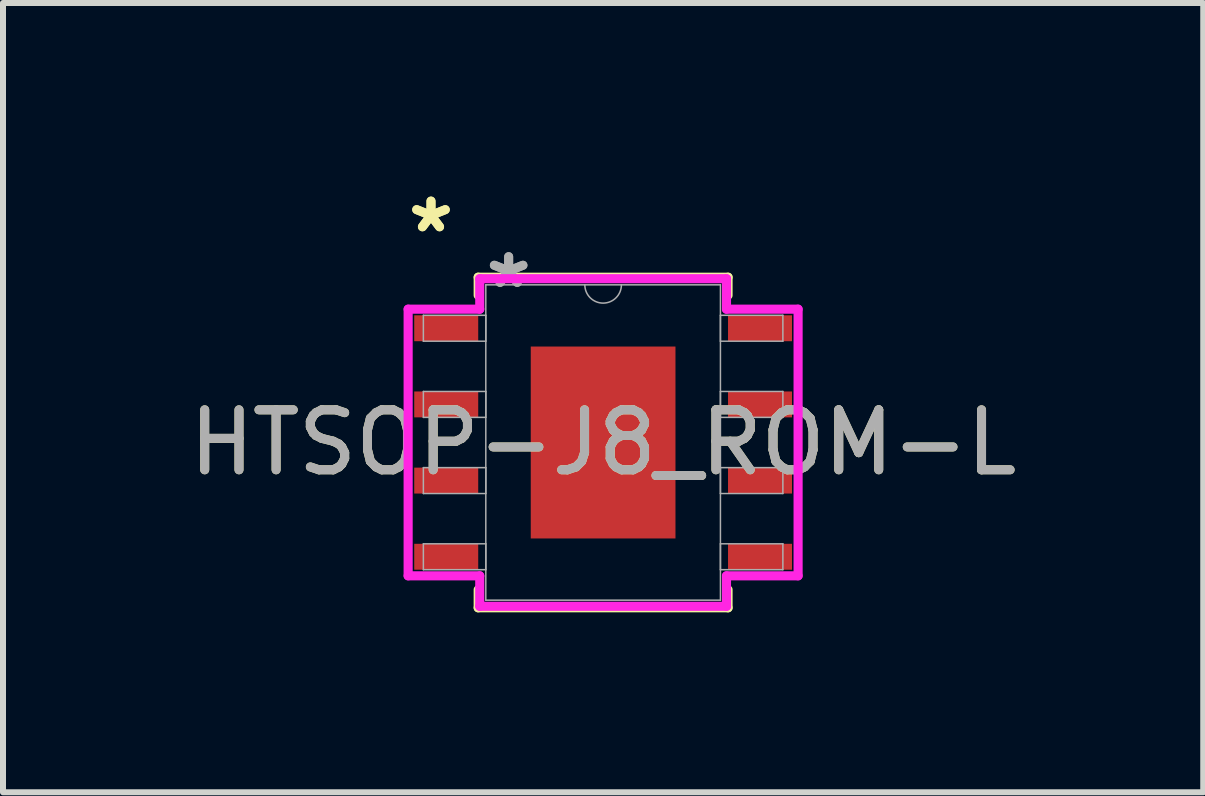
<source format=kicad_pcb>
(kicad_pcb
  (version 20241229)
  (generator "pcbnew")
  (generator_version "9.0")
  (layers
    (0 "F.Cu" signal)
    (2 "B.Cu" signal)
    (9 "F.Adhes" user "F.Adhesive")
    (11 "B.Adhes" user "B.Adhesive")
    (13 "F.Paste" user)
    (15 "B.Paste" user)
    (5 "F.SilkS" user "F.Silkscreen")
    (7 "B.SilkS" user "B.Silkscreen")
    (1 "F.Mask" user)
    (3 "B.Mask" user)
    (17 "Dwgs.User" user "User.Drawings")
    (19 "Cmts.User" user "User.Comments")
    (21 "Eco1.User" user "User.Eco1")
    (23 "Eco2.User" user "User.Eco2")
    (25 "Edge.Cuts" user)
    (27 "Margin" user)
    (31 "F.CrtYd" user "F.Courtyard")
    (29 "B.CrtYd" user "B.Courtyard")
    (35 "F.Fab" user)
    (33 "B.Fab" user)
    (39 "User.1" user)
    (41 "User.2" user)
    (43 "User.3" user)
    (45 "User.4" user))
  (footprint "HTSOP-J8_ROM-L"
    (layer "F.Cu")
    (at 7.006 4.328)
    (property "Reference" "HTSOP-J8_ROM-L" (at 0 0 0) (unlocked yes) (layer "F.SilkS") (effects (font (size 1 1) (thickness 0.15))))
    (attr smd)
    (fp_line (start -2.083 -2.756) (end -2.083 -2.454) (stroke (width 0.152) (type solid)) (layer "F.SilkS"))
    (fp_line (start -2.083 2.454) (end -2.083 2.756) (stroke (width 0.152) (type solid)) (layer "F.SilkS"))
    (fp_line (start -2.083 2.756) (end 2.083 2.756) (stroke (width 0.152) (type solid)) (layer "F.SilkS"))
    (fp_line (start 2.083 -2.756) (end -2.083 -2.756) (stroke (width 0.152) (type solid)) (layer "F.SilkS"))
    (fp_line (start 2.083 -2.454) (end 2.083 -2.756) (stroke (width 0.152) (type solid)) (layer "F.SilkS"))
    (fp_line (start 2.083 2.756) (end 2.083 2.454) (stroke (width 0.152) (type solid)) (layer "F.SilkS"))
    (fp_poly (pts (xy -1.107 -1.5) (xy -1.107 -0.1) (xy 1.107 -0.1) (xy 1.107 -1.5)) (stroke (width 0) (type solid)) (fill yes) (layer "F.Paste"))
    (fp_poly (pts (xy -1.107 0.1) (xy -1.107 1.5) (xy 1.107 1.5) (xy 1.107 0.1)) (stroke (width 0) (type solid)) (fill yes) (layer "F.Paste"))
    (fp_line (start -3.251 -2.223) (end -2.057 -2.223) (stroke (width 0.152) (type solid)) (layer "F.CrtYd"))
    (fp_line (start -3.251 2.223) (end -3.251 -2.223) (stroke (width 0.152) (type solid)) (layer "F.CrtYd"))
    (fp_line (start -3.251 2.223) (end -2.057 2.223) (stroke (width 0.152) (type solid)) (layer "F.CrtYd"))
    (fp_line (start -2.057 -2.731) (end 2.057 -2.731) (stroke (width 0.152) (type solid)) (layer "F.CrtYd"))
    (fp_line (start -2.057 -2.223) (end -2.057 -2.731) (stroke (width 0.152) (type solid)) (layer "F.CrtYd"))
    (fp_line (start -2.057 2.731) (end -2.057 2.223) (stroke (width 0.152) (type solid)) (layer "F.CrtYd"))
    (fp_line (start 2.057 -2.731) (end 2.057 -2.223) (stroke (width 0.152) (type solid)) (layer "F.CrtYd"))
    (fp_line (start 2.057 2.223) (end 2.057 2.731) (stroke (width 0.152) (type solid)) (layer "F.CrtYd"))
    (fp_line (start 2.057 2.731) (end -2.057 2.731) (stroke (width 0.152) (type solid)) (layer "F.CrtYd"))
    (fp_line (start 3.251 -2.223) (end 2.057 -2.223) (stroke (width 0.152) (type solid)) (layer "F.CrtYd"))
    (fp_line (start 3.251 -2.223) (end 3.251 2.223) (stroke (width 0.152) (type solid)) (layer "F.CrtYd"))
    (fp_line (start 3.251 2.223) (end 2.057 2.223) (stroke (width 0.152) (type solid)) (layer "F.CrtYd"))
    (fp_line (start -2.997 -2.121) (end -2.997 -1.689) (stroke (width 0.025) (type solid)) (layer "F.Fab"))
    (fp_line (start -2.997 -1.689) (end -1.956 -1.689) (stroke (width 0.025) (type solid)) (layer "F.Fab"))
    (fp_line (start -2.997 -0.851) (end -2.997 -0.419) (stroke (width 0.025) (type solid)) (layer "F.Fab"))
    (fp_line (start -2.997 -0.419) (end -1.956 -0.419) (stroke (width 0.025) (type solid)) (layer "F.Fab"))
    (fp_line (start -2.997 0.419) (end -2.997 0.851) (stroke (width 0.025) (type solid)) (layer "F.Fab"))
    (fp_line (start -2.997 0.851) (end -1.956 0.851) (stroke (width 0.025) (type solid)) (layer "F.Fab"))
    (fp_line (start -2.997 1.689) (end -2.997 2.121) (stroke (width 0.025) (type solid)) (layer "F.Fab"))
    (fp_line (start -2.997 2.121) (end -1.956 2.121) (stroke (width 0.025) (type solid)) (layer "F.Fab"))
    (fp_line (start -1.956 -2.629) (end -1.956 2.629) (stroke (width 0.025) (type solid)) (layer "F.Fab"))
    (fp_line (start -1.956 -2.121) (end -2.997 -2.121) (stroke (width 0.025) (type solid)) (layer "F.Fab"))
    (fp_line (start -1.956 -1.689) (end -1.956 -2.121) (stroke (width 0.025) (type solid)) (layer "F.Fab"))
    (fp_line (start -1.956 -0.851) (end -2.997 -0.851) (stroke (width 0.025) (type solid)) (layer "F.Fab"))
    (fp_line (start -1.956 -0.419) (end -1.956 -0.851) (stroke (width 0.025) (type solid)) (layer "F.Fab"))
    (fp_line (start -1.956 0.419) (end -2.997 0.419) (stroke (width 0.025) (type solid)) (layer "F.Fab"))
    (fp_line (start -1.956 0.851) (end -1.956 0.419) (stroke (width 0.025) (type solid)) (layer "F.Fab"))
    (fp_line (start -1.956 1.689) (end -2.997 1.689) (stroke (width 0.025) (type solid)) (layer "F.Fab"))
    (fp_line (start -1.956 2.121) (end -1.956 1.689) (stroke (width 0.025) (type solid)) (layer "F.Fab"))
    (fp_line (start -1.956 2.629) (end 1.956 2.629) (stroke (width 0.025) (type solid)) (layer "F.Fab"))
    (fp_line (start 1.956 -2.629) (end -1.956 -2.629) (stroke (width 0.025) (type solid)) (layer "F.Fab"))
    (fp_line (start 1.956 -2.121) (end 1.956 -1.689) (stroke (width 0.025) (type solid)) (layer "F.Fab"))
    (fp_line (start 1.956 -1.689) (end 2.997 -1.689) (stroke (width 0.025) (type solid)) (layer "F.Fab"))
    (fp_line (start 1.956 -0.851) (end 1.956 -0.419) (stroke (width 0.025) (type solid)) (layer "F.Fab"))
    (fp_line (start 1.956 -0.419) (end 2.997 -0.419) (stroke (width 0.025) (type solid)) (layer "F.Fab"))
    (fp_line (start 1.956 0.419) (end 1.956 0.851) (stroke (width 0.025) (type solid)) (layer "F.Fab"))
    (fp_line (start 1.956 0.851) (end 2.997 0.851) (stroke (width 0.025) (type solid)) (layer "F.Fab"))
    (fp_line (start 1.956 1.689) (end 1.956 2.121) (stroke (width 0.025) (type solid)) (layer "F.Fab"))
    (fp_line (start 1.956 2.121) (end 2.997 2.121) (stroke (width 0.025) (type solid)) (layer "F.Fab"))
    (fp_line (start 1.956 2.629) (end 1.956 -2.629) (stroke (width 0.025) (type solid)) (layer "F.Fab"))
    (fp_line (start 2.997 -2.121) (end 1.956 -2.121) (stroke (width 0.025) (type solid)) (layer "F.Fab"))
    (fp_line (start 2.997 -1.689) (end 2.997 -2.121) (stroke (width 0.025) (type solid)) (layer "F.Fab"))
    (fp_line (start 2.997 -0.851) (end 1.956 -0.851) (stroke (width 0.025) (type solid)) (layer "F.Fab"))
    (fp_line (start 2.997 -0.419) (end 2.997 -0.851) (stroke (width 0.025) (type solid)) (layer "F.Fab"))
    (fp_line (start 2.997 0.419) (end 1.956 0.419) (stroke (width 0.025) (type solid)) (layer "F.Fab"))
    (fp_line (start 2.997 0.851) (end 2.997 0.419) (stroke (width 0.025) (type solid)) (layer "F.Fab"))
    (fp_line (start 2.997 1.689) (end 1.956 1.689) (stroke (width 0.025) (type solid)) (layer "F.Fab"))
    (fp_line (start 2.997 2.121) (end 2.997 1.689) (stroke (width 0.025) (type solid)) (layer "F.Fab"))
    (fp_arc (start 0.3048 -2.6289) (mid 0 -2.3241) (end -0.3048 -2.6289) (stroke (width 0.0254) (type solid)) (layer "F.Fab"))
    (fp_text user "*" (at -2.87 -3.48 0) (unlocked yes) (layer "F.SilkS") (effects (font (size 1 1) (thickness 0.15))))
    (fp_text user "*" (at -2.87 -3.48 0) (layer "F.SilkS") (effects (font (size 1 1) (thickness 0.15))))
    (fp_text user "*" (at -1.575 -2.553 0) (layer "F.Fab") (effects (font (size 1 1) (thickness 0.15))))
    (fp_text user "*" (at -1.575 -2.553 0) (unlocked yes) (layer "F.Fab") (effects (font (size 1 1) (thickness 0.15))))
    (fp_text user "${REFERENCE}" (at 0 0 0) (unlocked yes) (layer "F.Fab") (effects (font (size 1 1) (thickness 0.15))))
    (pad "1" smd rect (at -2.616 -1.905) (size 1.067 0.432) (layers "F.Cu" "F.Mask" "F.Paste"))
    (pad "2" smd rect (at -2.616 -0.635) (size 1.067 0.432) (layers "F.Cu" "F.Mask" "F.Paste"))
    (pad "3" smd rect (at -2.616 0.635) (size 1.067 0.432) (layers "F.Cu" "F.Mask" "F.Paste"))
    (pad "4" smd rect (at -2.616 1.905) (size 1.067 0.432) (layers "F.Cu" "F.Mask" "F.Paste"))
    (pad "5" smd rect (at 2.616 1.905) (size 1.067 0.432) (layers "F.Cu" "F.Mask" "F.Paste"))
    (pad "6" smd rect (at 2.616 0.635) (size 1.067 0.432) (layers "F.Cu" "F.Mask" "F.Paste"))
    (pad "7" smd rect (at 2.616 -0.635) (size 1.067 0.432) (layers "F.Cu" "F.Mask" "F.Paste"))
    (pad "8" smd rect (at 2.616 -1.905) (size 1.067 0.432) (layers "F.Cu" "F.Mask" "F.Paste"))
    (pad "EPAD" smd rect (at 0 0) (size 2.413 3.2) (layers "F.Cu" "F.Mask")))
  (gr_rect
    (start -3 -3)
    (end 17.012 10.16)
    (stroke (width 0.1) (type default))
    (fill no)
    (layer "Edge.Cuts")))
</source>
